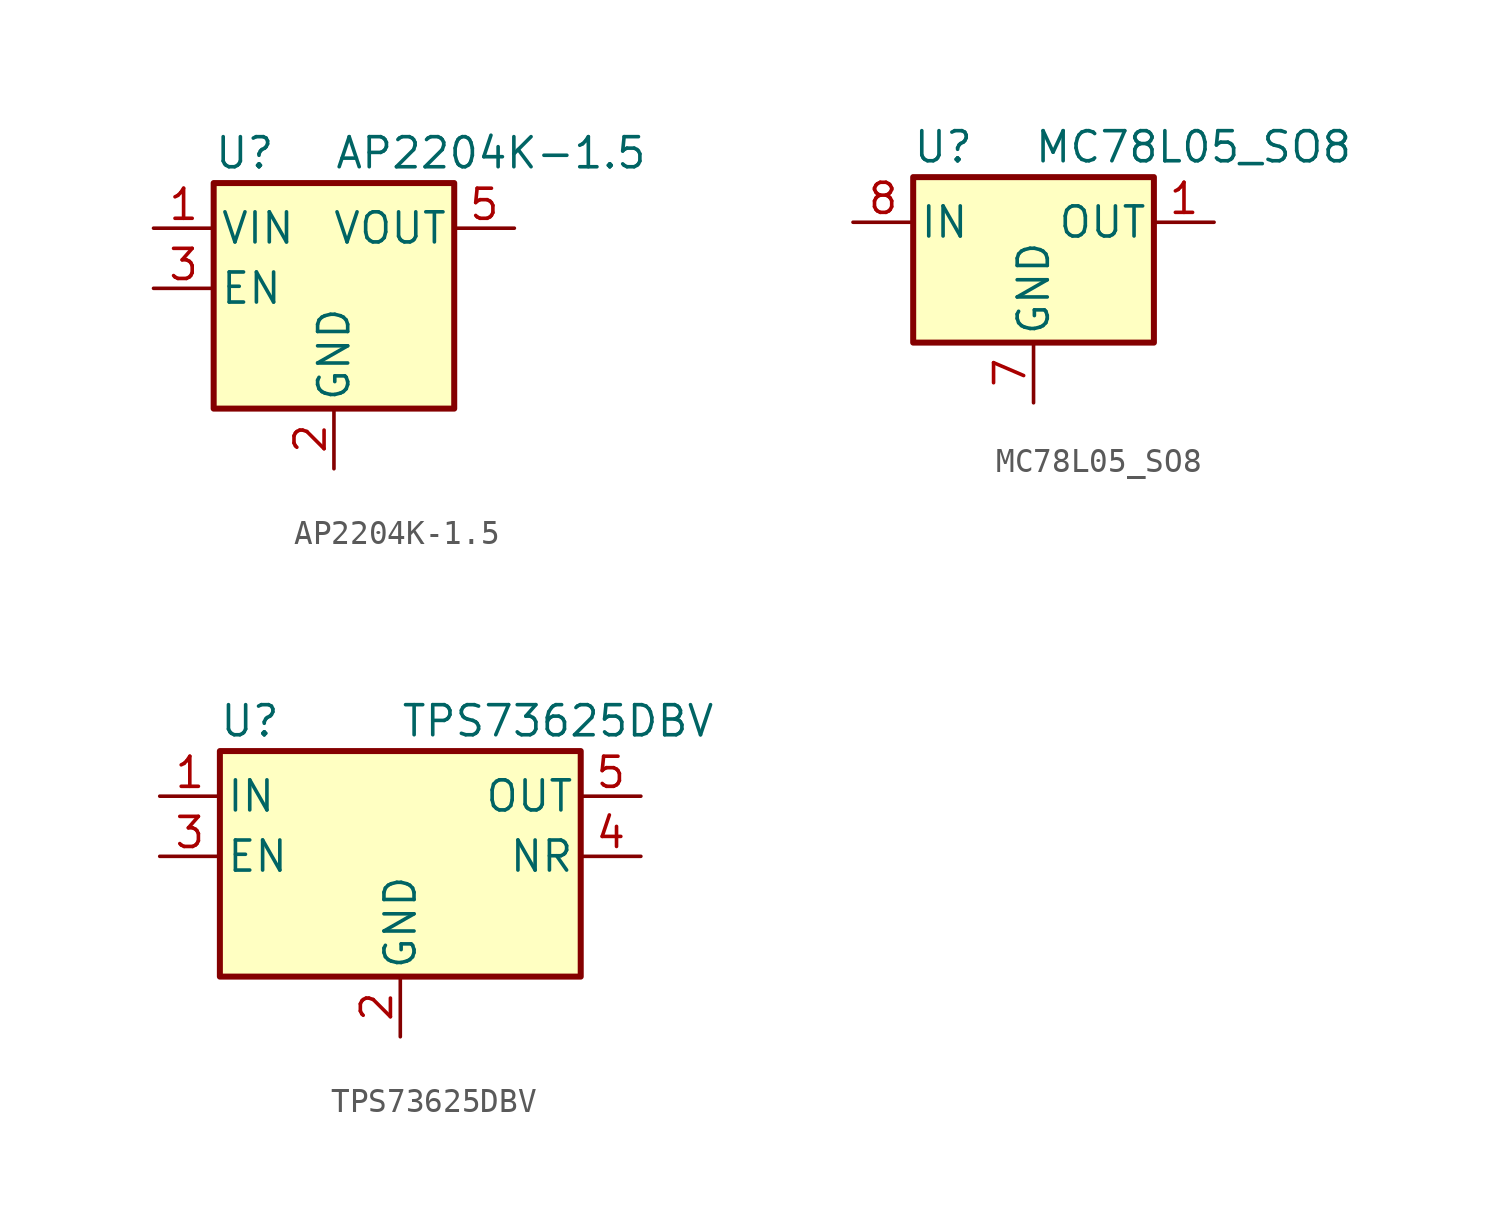
<source format=kicad_sym>
(kicad_symbol_lib
  (version 20211014)
  (generator kicad_symbol_editor)
  (symbol "AP2204K-1.5"
    (pin_names
      (offset 0.254))
    (property "Reference" "U"
      (at -5.08 5.715 0)
      (effects (font (size 1.27 1.27)) (justify left)))
    (property "Value" "AP2204K-1.5"
      (at 0 5.715 0)
      (effects (font (size 1.27 1.27)) (justify left)))
    (symbol "AP2204K-1.5_0_1"
      (rectangle (start -5.08 4.445) (end 5.08 -5.08) (stroke (width 0.254) (type default) (color 0 0 0 0)) (fill (type background))))
    (symbol "AP2204K-1.5_1_1"
      (pin power_in line (at -7.62 2.54 0) (length 2.54) (name "VIN" (effects (font (size 1.27 1.27)))) (number "1" (effects (font (size 1.27 1.27)))))
      (pin power_in line (at 0 -7.62 90) (length 2.54) (name "GND" (effects (font (size 1.27 1.27)))) (number "2" (effects (font (size 1.27 1.27)))))
      (pin input line (at -7.62 0 0) (length 2.54) (name "EN" (effects (font (size 1.27 1.27)))) (number "3" (effects (font (size 1.27 1.27)))))
      (pin no_connect line (at 7.62 0 180) (length 2.54) hide (name "NC" (effects (font (size 1.27 1.27)))) (number "4" (effects (font (size 1.27 1.27)))))
      (pin power_out line (at 7.62 2.54 180) (length 2.54) (name "VOUT" (effects (font (size 1.27 1.27)))) (number "5" (effects (font (size 1.27 1.27)))))))
  (symbol "MC78L05_SO8"
    (pin_names
      (offset 0.254))
    (property "Reference" "U"
      (at -3.81 3.175 0)
      (effects (font (size 1.27 1.27))))
    (property "Value" "MC78L05_SO8"
      (at 0 3.175 0)
      (effects (font (size 1.27 1.27)) (justify left)))
    (symbol "MC78L05_SO8_0_1"
      (rectangle (start -5.08 1.905) (end 5.08 -5.08) (stroke (width 0.254) (type default) (color 0 0 0 0)) (fill (type background))))
    (symbol "MC78L05_SO8_1_1"
      (pin power_out line (at 7.62 0 180) (length 2.54) (name "OUT" (effects (font (size 1.27 1.27)))) (number "1" (effects (font (size 1.27 1.27)))))
      (pin passive line (at 0 -7.62 90) (length 2.54) hide (name "GND" (effects (font (size 1.27 1.27)))) (number "2" (effects (font (size 1.27 1.27)))))
      (pin passive line (at 0 -7.62 90) (length 2.54) hide (name "GND" (effects (font (size 1.27 1.27)))) (number "3" (effects (font (size 1.27 1.27)))))
      (pin no_connect line (at -7.62 -2.54 0) (length 2.54) hide (name "NC" (effects (font (size 1.27 1.27)))) (number "4" (effects (font (size 1.27 1.27)))))
      (pin no_connect line (at 7.62 -2.54 180) (length 2.54) hide (name "NC" (effects (font (size 1.27 1.27)))) (number "5" (effects (font (size 1.27 1.27)))))
      (pin passive line (at 0 -7.62 90) (length 2.54) hide (name "GND" (effects (font (size 1.27 1.27)))) (number "6" (effects (font (size 1.27 1.27)))))
      (pin power_in line (at 0 -7.62 90) (length 2.54) (name "GND" (effects (font (size 1.27 1.27)))) (number "7" (effects (font (size 1.27 1.27)))))
      (pin power_in line (at -7.62 0 0) (length 2.54) (name "IN" (effects (font (size 1.27 1.27)))) (number "8" (effects (font (size 1.27 1.27)))))))
  (symbol "TPS73625DBV"
    (pin_names
      (offset 0.254))
    (property "Reference" "U"
      (at -6.35 5.715 0)
      (effects (font (size 1.27 1.27))))
    (property "Value" "TPS73625DBV"
      (at 0 5.715 0)
      (effects (font (size 1.27 1.27)) (justify left)))
    (symbol "TPS73625DBV_0_1"
      (rectangle (start -7.62 4.445) (end 7.62 -5.08) (stroke (width 0.254) (type default) (color 0 0 0 0)) (fill (type background))))
    (symbol "TPS73625DBV_1_1"
      (pin power_in line (at -10.16 2.54 0) (length 2.54) (name "IN" (effects (font (size 1.27 1.27)))) (number "1" (effects (font (size 1.27 1.27)))))
      (pin power_in line (at 0 -7.62 90) (length 2.54) (name "GND" (effects (font (size 1.27 1.27)))) (number "2" (effects (font (size 1.27 1.27)))))
      (pin input line (at -10.16 0 0) (length 2.54) (name "EN" (effects (font (size 1.27 1.27)))) (number "3" (effects (font (size 1.27 1.27)))))
      (pin passive line (at 10.16 0 180) (length 2.54) (name "NR" (effects (font (size 1.27 1.27)))) (number "4" (effects (font (size 1.27 1.27)))))
      (pin power_out line (at 10.16 2.54 180) (length 2.54) (name "OUT" (effects (font (size 1.27 1.27)))) (number "5" (effects (font (size 1.27 1.27))))))))
</source>
